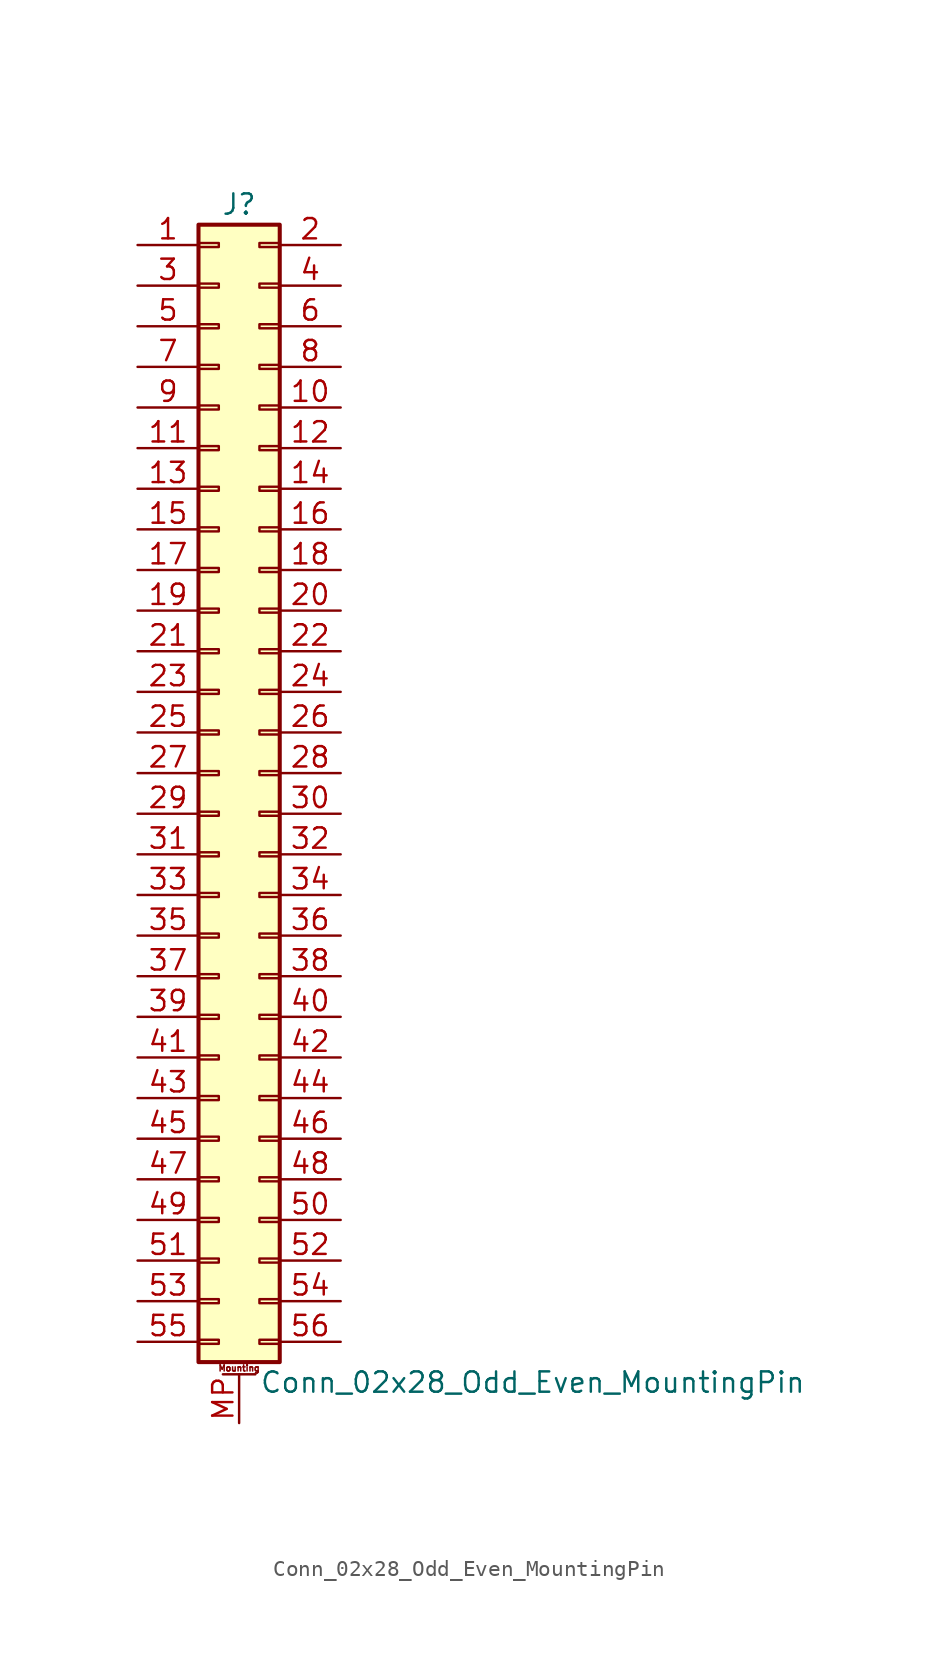
<source format=kicad_sym>
(kicad_symbol_lib
  (version 20211014)
  (generator kicad_symbol_editor)
  (symbol "Conn_02x28_Odd_Even_MountingPin"
    (pin_names
      (offset 1.016) hide)
    (property "Reference" "J"
      (at 1.27 35.56 0)
      (effects (font (size 1.27 1.27))))
    (property "Value" "Conn_02x28_Odd_Even_MountingPin"
      (at 2.54 -38.1 0)
      (effects (font (size 1.27 1.27)) (justify left)))
    (symbol "Conn_02x28_Odd_Even_MountingPin_1_1"
      (rectangle (start -1.27 -35.433) (end 0 -35.687) (stroke (width 0.152) (type default) (color 0 0 0 0)) (fill (type none)))
      (rectangle (start -1.27 -32.893) (end 0 -33.147) (stroke (width 0.152) (type default) (color 0 0 0 0)) (fill (type none)))
      (rectangle (start -1.27 -30.353) (end 0 -30.607) (stroke (width 0.152) (type default) (color 0 0 0 0)) (fill (type none)))
      (rectangle (start -1.27 -27.813) (end 0 -28.067) (stroke (width 0.152) (type default) (color 0 0 0 0)) (fill (type none)))
      (rectangle (start -1.27 -25.273) (end 0 -25.527) (stroke (width 0.152) (type default) (color 0 0 0 0)) (fill (type none)))
      (rectangle (start -1.27 -22.733) (end 0 -22.987) (stroke (width 0.152) (type default) (color 0 0 0 0)) (fill (type none)))
      (rectangle (start -1.27 -20.193) (end 0 -20.447) (stroke (width 0.152) (type default) (color 0 0 0 0)) (fill (type none)))
      (rectangle (start -1.27 -17.653) (end 0 -17.907) (stroke (width 0.152) (type default) (color 0 0 0 0)) (fill (type none)))
      (rectangle (start -1.27 -15.113) (end 0 -15.367) (stroke (width 0.152) (type default) (color 0 0 0 0)) (fill (type none)))
      (rectangle (start -1.27 -12.573) (end 0 -12.827) (stroke (width 0.152) (type default) (color 0 0 0 0)) (fill (type none)))
      (rectangle (start -1.27 -10.033) (end 0 -10.287) (stroke (width 0.152) (type default) (color 0 0 0 0)) (fill (type none)))
      (rectangle (start -1.27 -7.493) (end 0 -7.747) (stroke (width 0.152) (type default) (color 0 0 0 0)) (fill (type none)))
      (rectangle (start -1.27 -4.953) (end 0 -5.207) (stroke (width 0.152) (type default) (color 0 0 0 0)) (fill (type none)))
      (rectangle (start -1.27 -2.413) (end 0 -2.667) (stroke (width 0.152) (type default) (color 0 0 0 0)) (fill (type none)))
      (rectangle (start -1.27 0.127) (end 0 -0.127) (stroke (width 0.152) (type default) (color 0 0 0 0)) (fill (type none)))
      (rectangle (start -1.27 2.667) (end 0 2.413) (stroke (width 0.152) (type default) (color 0 0 0 0)) (fill (type none)))
      (rectangle (start -1.27 5.207) (end 0 4.953) (stroke (width 0.152) (type default) (color 0 0 0 0)) (fill (type none)))
      (rectangle (start -1.27 7.747) (end 0 7.493) (stroke (width 0.152) (type default) (color 0 0 0 0)) (fill (type none)))
      (rectangle (start -1.27 10.287) (end 0 10.033) (stroke (width 0.152) (type default) (color 0 0 0 0)) (fill (type none)))
      (rectangle (start -1.27 12.827) (end 0 12.573) (stroke (width 0.152) (type default) (color 0 0 0 0)) (fill (type none)))
      (rectangle (start -1.27 15.367) (end 0 15.113) (stroke (width 0.152) (type default) (color 0 0 0 0)) (fill (type none)))
      (rectangle (start -1.27 17.907) (end 0 17.653) (stroke (width 0.152) (type default) (color 0 0 0 0)) (fill (type none)))
      (rectangle (start -1.27 20.447) (end 0 20.193) (stroke (width 0.152) (type default) (color 0 0 0 0)) (fill (type none)))
      (rectangle (start -1.27 22.987) (end 0 22.733) (stroke (width 0.152) (type default) (color 0 0 0 0)) (fill (type none)))
      (rectangle (start -1.27 25.527) (end 0 25.273) (stroke (width 0.152) (type default) (color 0 0 0 0)) (fill (type none)))
      (rectangle (start -1.27 28.067) (end 0 27.813) (stroke (width 0.152) (type default) (color 0 0 0 0)) (fill (type none)))
      (rectangle (start -1.27 30.607) (end 0 30.353) (stroke (width 0.152) (type default) (color 0 0 0 0)) (fill (type none)))
      (rectangle (start -1.27 33.147) (end 0 32.893) (stroke (width 0.152) (type default) (color 0 0 0 0)) (fill (type none)))
      (rectangle (start -1.27 34.29) (end 3.81 -36.83) (stroke (width 0.254) (type default) (color 0 0 0 0)) (fill (type background)))
      (polyline (pts (xy 0.254 -37.592) (xy 2.286 -37.592)) (stroke (width 0.152) (type default) (color 0 0 0 0)) (fill (type none)))
      (rectangle (start 3.81 -35.433) (end 2.54 -35.687) (stroke (width 0.152) (type default) (color 0 0 0 0)) (fill (type none)))
      (rectangle (start 3.81 -32.893) (end 2.54 -33.147) (stroke (width 0.152) (type default) (color 0 0 0 0)) (fill (type none)))
      (rectangle (start 3.81 -30.353) (end 2.54 -30.607) (stroke (width 0.152) (type default) (color 0 0 0 0)) (fill (type none)))
      (rectangle (start 3.81 -27.813) (end 2.54 -28.067) (stroke (width 0.152) (type default) (color 0 0 0 0)) (fill (type none)))
      (rectangle (start 3.81 -25.273) (end 2.54 -25.527) (stroke (width 0.152) (type default) (color 0 0 0 0)) (fill (type none)))
      (rectangle (start 3.81 -22.733) (end 2.54 -22.987) (stroke (width 0.152) (type default) (color 0 0 0 0)) (fill (type none)))
      (rectangle (start 3.81 -20.193) (end 2.54 -20.447) (stroke (width 0.152) (type default) (color 0 0 0 0)) (fill (type none)))
      (rectangle (start 3.81 -17.653) (end 2.54 -17.907) (stroke (width 0.152) (type default) (color 0 0 0 0)) (fill (type none)))
      (rectangle (start 3.81 -15.113) (end 2.54 -15.367) (stroke (width 0.152) (type default) (color 0 0 0 0)) (fill (type none)))
      (rectangle (start 3.81 -12.573) (end 2.54 -12.827) (stroke (width 0.152) (type default) (color 0 0 0 0)) (fill (type none)))
      (rectangle (start 3.81 -10.033) (end 2.54 -10.287) (stroke (width 0.152) (type default) (color 0 0 0 0)) (fill (type none)))
      (rectangle (start 3.81 -7.493) (end 2.54 -7.747) (stroke (width 0.152) (type default) (color 0 0 0 0)) (fill (type none)))
      (rectangle (start 3.81 -4.953) (end 2.54 -5.207) (stroke (width 0.152) (type default) (color 0 0 0 0)) (fill (type none)))
      (rectangle (start 3.81 -2.413) (end 2.54 -2.667) (stroke (width 0.152) (type default) (color 0 0 0 0)) (fill (type none)))
      (rectangle (start 3.81 0.127) (end 2.54 -0.127) (stroke (width 0.152) (type default) (color 0 0 0 0)) (fill (type none)))
      (rectangle (start 3.81 2.667) (end 2.54 2.413) (stroke (width 0.152) (type default) (color 0 0 0 0)) (fill (type none)))
      (rectangle (start 3.81 5.207) (end 2.54 4.953) (stroke (width 0.152) (type default) (color 0 0 0 0)) (fill (type none)))
      (rectangle (start 3.81 7.747) (end 2.54 7.493) (stroke (width 0.152) (type default) (color 0 0 0 0)) (fill (type none)))
      (rectangle (start 3.81 10.287) (end 2.54 10.033) (stroke (width 0.152) (type default) (color 0 0 0 0)) (fill (type none)))
      (rectangle (start 3.81 12.827) (end 2.54 12.573) (stroke (width 0.152) (type default) (color 0 0 0 0)) (fill (type none)))
      (rectangle (start 3.81 15.367) (end 2.54 15.113) (stroke (width 0.152) (type default) (color 0 0 0 0)) (fill (type none)))
      (rectangle (start 3.81 17.907) (end 2.54 17.653) (stroke (width 0.152) (type default) (color 0 0 0 0)) (fill (type none)))
      (rectangle (start 3.81 20.447) (end 2.54 20.193) (stroke (width 0.152) (type default) (color 0 0 0 0)) (fill (type none)))
      (rectangle (start 3.81 22.987) (end 2.54 22.733) (stroke (width 0.152) (type default) (color 0 0 0 0)) (fill (type none)))
      (rectangle (start 3.81 25.527) (end 2.54 25.273) (stroke (width 0.152) (type default) (color 0 0 0 0)) (fill (type none)))
      (rectangle (start 3.81 28.067) (end 2.54 27.813) (stroke (width 0.152) (type default) (color 0 0 0 0)) (fill (type none)))
      (rectangle (start 3.81 30.607) (end 2.54 30.353) (stroke (width 0.152) (type default) (color 0 0 0 0)) (fill (type none)))
      (rectangle (start 3.81 33.147) (end 2.54 32.893) (stroke (width 0.152) (type default) (color 0 0 0 0)) (fill (type none)))
      (text "Mounting" (at 1.27 -37.211 0) (effects (font (size 0.381 0.381))))
      (pin passive line (at -5.08 33.02 0) (length 3.81) (name "Pin_1" (effects (font (size 1.27 1.27)))) (number "1" (effects (font (size 1.27 1.27)))))
      (pin passive line (at 7.62 22.86 180) (length 3.81) (name "Pin_10" (effects (font (size 1.27 1.27)))) (number "10" (effects (font (size 1.27 1.27)))))
      (pin passive line (at -5.08 20.32 0) (length 3.81) (name "Pin_11" (effects (font (size 1.27 1.27)))) (number "11" (effects (font (size 1.27 1.27)))))
      (pin passive line (at 7.62 20.32 180) (length 3.81) (name "Pin_12" (effects (font (size 1.27 1.27)))) (number "12" (effects (font (size 1.27 1.27)))))
      (pin passive line (at -5.08 17.78 0) (length 3.81) (name "Pin_13" (effects (font (size 1.27 1.27)))) (number "13" (effects (font (size 1.27 1.27)))))
      (pin passive line (at 7.62 17.78 180) (length 3.81) (name "Pin_14" (effects (font (size 1.27 1.27)))) (number "14" (effects (font (size 1.27 1.27)))))
      (pin passive line (at -5.08 15.24 0) (length 3.81) (name "Pin_15" (effects (font (size 1.27 1.27)))) (number "15" (effects (font (size 1.27 1.27)))))
      (pin passive line (at 7.62 15.24 180) (length 3.81) (name "Pin_16" (effects (font (size 1.27 1.27)))) (number "16" (effects (font (size 1.27 1.27)))))
      (pin passive line (at -5.08 12.7 0) (length 3.81) (name "Pin_17" (effects (font (size 1.27 1.27)))) (number "17" (effects (font (size 1.27 1.27)))))
      (pin passive line (at 7.62 12.7 180) (length 3.81) (name "Pin_18" (effects (font (size 1.27 1.27)))) (number "18" (effects (font (size 1.27 1.27)))))
      (pin passive line (at -5.08 10.16 0) (length 3.81) (name "Pin_19" (effects (font (size 1.27 1.27)))) (number "19" (effects (font (size 1.27 1.27)))))
      (pin passive line (at 7.62 33.02 180) (length 3.81) (name "Pin_2" (effects (font (size 1.27 1.27)))) (number "2" (effects (font (size 1.27 1.27)))))
      (pin passive line (at 7.62 10.16 180) (length 3.81) (name "Pin_20" (effects (font (size 1.27 1.27)))) (number "20" (effects (font (size 1.27 1.27)))))
      (pin passive line (at -5.08 7.62 0) (length 3.81) (name "Pin_21" (effects (font (size 1.27 1.27)))) (number "21" (effects (font (size 1.27 1.27)))))
      (pin passive line (at 7.62 7.62 180) (length 3.81) (name "Pin_22" (effects (font (size 1.27 1.27)))) (number "22" (effects (font (size 1.27 1.27)))))
      (pin passive line (at -5.08 5.08 0) (length 3.81) (name "Pin_23" (effects (font (size 1.27 1.27)))) (number "23" (effects (font (size 1.27 1.27)))))
      (pin passive line (at 7.62 5.08 180) (length 3.81) (name "Pin_24" (effects (font (size 1.27 1.27)))) (number "24" (effects (font (size 1.27 1.27)))))
      (pin passive line (at -5.08 2.54 0) (length 3.81) (name "Pin_25" (effects (font (size 1.27 1.27)))) (number "25" (effects (font (size 1.27 1.27)))))
      (pin passive line (at 7.62 2.54 180) (length 3.81) (name "Pin_26" (effects (font (size 1.27 1.27)))) (number "26" (effects (font (size 1.27 1.27)))))
      (pin passive line (at -5.08 0 0) (length 3.81) (name "Pin_27" (effects (font (size 1.27 1.27)))) (number "27" (effects (font (size 1.27 1.27)))))
      (pin passive line (at 7.62 0 180) (length 3.81) (name "Pin_28" (effects (font (size 1.27 1.27)))) (number "28" (effects (font (size 1.27 1.27)))))
      (pin passive line (at -5.08 -2.54 0) (length 3.81) (name "Pin_29" (effects (font (size 1.27 1.27)))) (number "29" (effects (font (size 1.27 1.27)))))
      (pin passive line (at -5.08 30.48 0) (length 3.81) (name "Pin_3" (effects (font (size 1.27 1.27)))) (number "3" (effects (font (size 1.27 1.27)))))
      (pin passive line (at 7.62 -2.54 180) (length 3.81) (name "Pin_30" (effects (font (size 1.27 1.27)))) (number "30" (effects (font (size 1.27 1.27)))))
      (pin passive line (at -5.08 -5.08 0) (length 3.81) (name "Pin_31" (effects (font (size 1.27 1.27)))) (number "31" (effects (font (size 1.27 1.27)))))
      (pin passive line (at 7.62 -5.08 180) (length 3.81) (name "Pin_32" (effects (font (size 1.27 1.27)))) (number "32" (effects (font (size 1.27 1.27)))))
      (pin passive line (at -5.08 -7.62 0) (length 3.81) (name "Pin_33" (effects (font (size 1.27 1.27)))) (number "33" (effects (font (size 1.27 1.27)))))
      (pin passive line (at 7.62 -7.62 180) (length 3.81) (name "Pin_34" (effects (font (size 1.27 1.27)))) (number "34" (effects (font (size 1.27 1.27)))))
      (pin passive line (at -5.08 -10.16 0) (length 3.81) (name "Pin_35" (effects (font (size 1.27 1.27)))) (number "35" (effects (font (size 1.27 1.27)))))
      (pin passive line (at 7.62 -10.16 180) (length 3.81) (name "Pin_36" (effects (font (size 1.27 1.27)))) (number "36" (effects (font (size 1.27 1.27)))))
      (pin passive line (at -5.08 -12.7 0) (length 3.81) (name "Pin_37" (effects (font (size 1.27 1.27)))) (number "37" (effects (font (size 1.27 1.27)))))
      (pin passive line (at 7.62 -12.7 180) (length 3.81) (name "Pin_38" (effects (font (size 1.27 1.27)))) (number "38" (effects (font (size 1.27 1.27)))))
      (pin passive line (at -5.08 -15.24 0) (length 3.81) (name "Pin_39" (effects (font (size 1.27 1.27)))) (number "39" (effects (font (size 1.27 1.27)))))
      (pin passive line (at 7.62 30.48 180) (length 3.81) (name "Pin_4" (effects (font (size 1.27 1.27)))) (number "4" (effects (font (size 1.27 1.27)))))
      (pin passive line (at 7.62 -15.24 180) (length 3.81) (name "Pin_40" (effects (font (size 1.27 1.27)))) (number "40" (effects (font (size 1.27 1.27)))))
      (pin passive line (at -5.08 -17.78 0) (length 3.81) (name "Pin_41" (effects (font (size 1.27 1.27)))) (number "41" (effects (font (size 1.27 1.27)))))
      (pin passive line (at 7.62 -17.78 180) (length 3.81) (name "Pin_42" (effects (font (size 1.27 1.27)))) (number "42" (effects (font (size 1.27 1.27)))))
      (pin passive line (at -5.08 -20.32 0) (length 3.81) (name "Pin_43" (effects (font (size 1.27 1.27)))) (number "43" (effects (font (size 1.27 1.27)))))
      (pin passive line (at 7.62 -20.32 180) (length 3.81) (name "Pin_44" (effects (font (size 1.27 1.27)))) (number "44" (effects (font (size 1.27 1.27)))))
      (pin passive line (at -5.08 -22.86 0) (length 3.81) (name "Pin_45" (effects (font (size 1.27 1.27)))) (number "45" (effects (font (size 1.27 1.27)))))
      (pin passive line (at 7.62 -22.86 180) (length 3.81) (name "Pin_46" (effects (font (size 1.27 1.27)))) (number "46" (effects (font (size 1.27 1.27)))))
      (pin passive line (at -5.08 -25.4 0) (length 3.81) (name "Pin_47" (effects (font (size 1.27 1.27)))) (number "47" (effects (font (size 1.27 1.27)))))
      (pin passive line (at 7.62 -25.4 180) (length 3.81) (name "Pin_48" (effects (font (size 1.27 1.27)))) (number "48" (effects (font (size 1.27 1.27)))))
      (pin passive line (at -5.08 -27.94 0) (length 3.81) (name "Pin_49" (effects (font (size 1.27 1.27)))) (number "49" (effects (font (size 1.27 1.27)))))
      (pin passive line (at -5.08 27.94 0) (length 3.81) (name "Pin_5" (effects (font (size 1.27 1.27)))) (number "5" (effects (font (size 1.27 1.27)))))
      (pin passive line (at 7.62 -27.94 180) (length 3.81) (name "Pin_50" (effects (font (size 1.27 1.27)))) (number "50" (effects (font (size 1.27 1.27)))))
      (pin passive line (at -5.08 -30.48 0) (length 3.81) (name "Pin_51" (effects (font (size 1.27 1.27)))) (number "51" (effects (font (size 1.27 1.27)))))
      (pin passive line (at 7.62 -30.48 180) (length 3.81) (name "Pin_52" (effects (font (size 1.27 1.27)))) (number "52" (effects (font (size 1.27 1.27)))))
      (pin passive line (at -5.08 -33.02 0) (length 3.81) (name "Pin_53" (effects (font (size 1.27 1.27)))) (number "53" (effects (font (size 1.27 1.27)))))
      (pin passive line (at 7.62 -33.02 180) (length 3.81) (name "Pin_54" (effects (font (size 1.27 1.27)))) (number "54" (effects (font (size 1.27 1.27)))))
      (pin passive line (at -5.08 -35.56 0) (length 3.81) (name "Pin_55" (effects (font (size 1.27 1.27)))) (number "55" (effects (font (size 1.27 1.27)))))
      (pin passive line (at 7.62 -35.56 180) (length 3.81) (name "Pin_56" (effects (font (size 1.27 1.27)))) (number "56" (effects (font (size 1.27 1.27)))))
      (pin passive line (at 7.62 27.94 180) (length 3.81) (name "Pin_6" (effects (font (size 1.27 1.27)))) (number "6" (effects (font (size 1.27 1.27)))))
      (pin passive line (at -5.08 25.4 0) (length 3.81) (name "Pin_7" (effects (font (size 1.27 1.27)))) (number "7" (effects (font (size 1.27 1.27)))))
      (pin passive line (at 7.62 25.4 180) (length 3.81) (name "Pin_8" (effects (font (size 1.27 1.27)))) (number "8" (effects (font (size 1.27 1.27)))))
      (pin passive line (at -5.08 22.86 0) (length 3.81) (name "Pin_9" (effects (font (size 1.27 1.27)))) (number "9" (effects (font (size 1.27 1.27)))))
      (pin passive line (at 1.27 -40.64 90) (length 3.048) (name "MountPin" (effects (font (size 1.27 1.27)))) (number "MP" (effects (font (size 1.27 1.27))))))))
</source>
